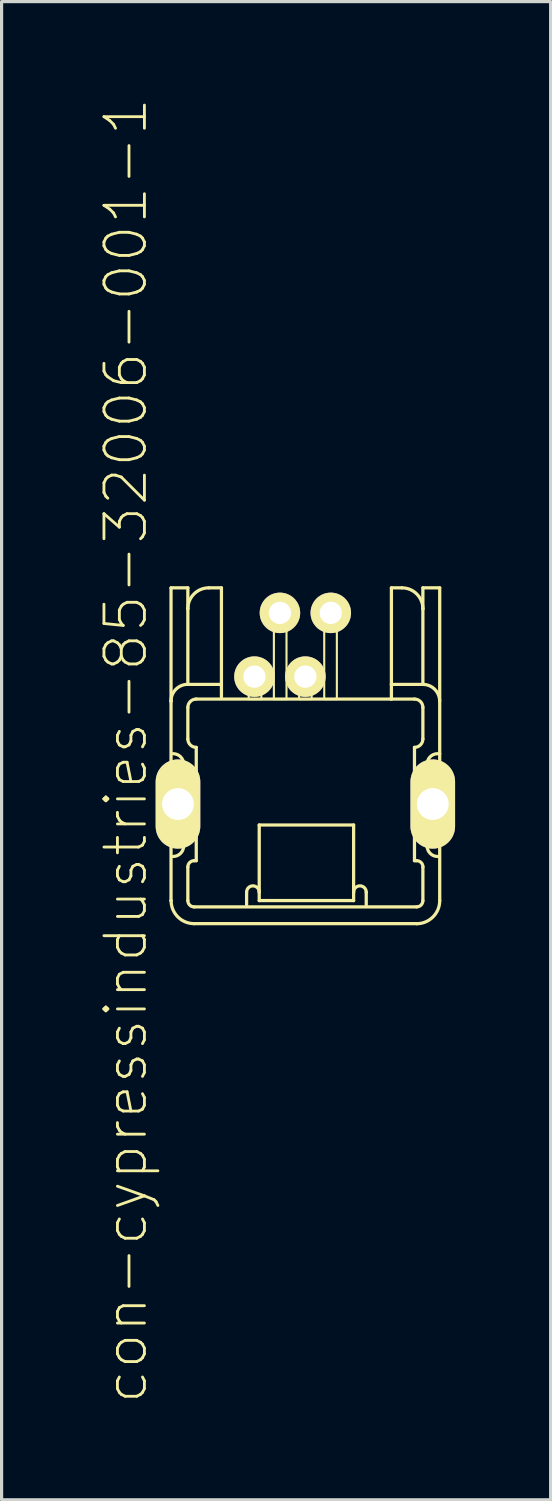
<source format=kicad_pcb>
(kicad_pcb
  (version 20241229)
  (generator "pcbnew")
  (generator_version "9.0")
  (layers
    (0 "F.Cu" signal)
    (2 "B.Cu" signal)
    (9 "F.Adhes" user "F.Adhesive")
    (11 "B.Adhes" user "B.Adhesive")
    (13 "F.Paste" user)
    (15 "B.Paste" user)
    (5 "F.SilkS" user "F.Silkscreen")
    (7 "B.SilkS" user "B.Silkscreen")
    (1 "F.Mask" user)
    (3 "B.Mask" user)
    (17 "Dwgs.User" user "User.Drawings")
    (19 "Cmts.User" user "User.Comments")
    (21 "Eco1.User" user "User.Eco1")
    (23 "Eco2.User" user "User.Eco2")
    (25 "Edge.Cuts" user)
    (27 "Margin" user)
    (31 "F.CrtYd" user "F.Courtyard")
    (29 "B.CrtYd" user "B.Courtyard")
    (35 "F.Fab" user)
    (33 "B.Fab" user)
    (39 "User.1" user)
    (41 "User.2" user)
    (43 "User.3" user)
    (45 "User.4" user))
  (footprint "con-cypressindustries-85-32006-001-1"
    (layer "F.Cu")
    (at 6.533 22.182)
    (property "Reference" "con-cypressindustries-85-32006-001-1" (at -5.634 -1.674 90) (layer "F.SilkS") (effects (font (size 1.27 1.27) (thickness 0.089))))
    (attr exclude_from_pos_files exclude_from_bom)
    (fp_line (start -4.498 0.749) (end -4.498 -0.749) (stroke (width 0.003) (type solid)) (layer "F.SilkS"))
    (fp_line (start -4.216 -6.784) (end -4.216 -3.228) (stroke (width 0.102) (type solid)) (layer "F.SilkS"))
    (fp_line (start -4.216 -6.784) (end -3.688 -6.784) (stroke (width 0.102) (type solid)) (layer "F.SilkS"))
    (fp_line (start -4.216 -3.228) (end -4.216 -3.228) (stroke (width 0.102) (type solid)) (layer "F.SilkS"))
    (fp_line (start -4.216 -3.228) (end -4.216 3.03) (stroke (width 0.102) (type solid)) (layer "F.SilkS"))
    (fp_line (start -4.216 3.03) (end -4.216 3.03) (stroke (width 0.102) (type solid)) (layer "F.SilkS"))
    (fp_line (start -3.82 -1.25) (end -3.82 1.316) (stroke (width 0.102) (type solid)) (layer "F.SilkS"))
    (fp_line (start -3.688 -6.784) (end -3.688 -6.126) (stroke (width 0.102) (type solid)) (layer "F.SilkS"))
    (fp_line (start -3.688 -6.126) (end -3.688 -3.754) (stroke (width 0.102) (type solid)) (layer "F.SilkS"))
    (fp_line (start -3.688 -3.754) (end -2.634 -3.754) (stroke (width 0.102) (type solid)) (layer "F.SilkS"))
    (fp_line (start -3.688 -3.03) (end -3.688 -2.042) (stroke (width 0.102) (type solid)) (layer "F.SilkS"))
    (fp_line (start -3.688 1.976) (end -3.688 3.03) (stroke (width 0.102) (type solid)) (layer "F.SilkS"))
    (fp_line (start -3.498 -0.749) (end -3.498 0.749) (stroke (width 0.003) (type solid)) (layer "F.SilkS"))
    (fp_line (start -3.49 3.228) (end 3.49 3.228) (stroke (width 0.102) (type solid)) (layer "F.SilkS"))
    (fp_line (start -3.49 3.754) (end 3.49 3.754) (stroke (width 0.102) (type solid)) (layer "F.SilkS"))
    (fp_line (start -3.424 -1.778) (end -3.424 1.778) (stroke (width 0.102) (type solid)) (layer "F.SilkS"))
    (fp_line (start -3.424 1.778) (end -3.49 1.778) (stroke (width 0.102) (type solid)) (layer "F.SilkS"))
    (fp_line (start -2.634 -6.784) (end -3.03 -6.784) (stroke (width 0.102) (type solid)) (layer "F.SilkS"))
    (fp_line (start -2.634 -3.754) (end -2.634 -6.784) (stroke (width 0.102) (type solid)) (layer "F.SilkS"))
    (fp_line (start -2.634 -3.754) (end -2.634 -3.358) (stroke (width 0.102) (type solid)) (layer "F.SilkS"))
    (fp_line (start -1.844 3.162) (end -1.844 2.766) (stroke (width 0.102) (type solid)) (layer "F.SilkS"))
    (fp_line (start -1.778 -4.282) (end -1.382 -4.282) (stroke (width 0.066) (type solid)) (layer "F.SilkS"))
    (fp_line (start -1.778 -3.294) (end -1.778 -4.282) (stroke (width 0.066) (type solid)) (layer "F.SilkS"))
    (fp_line (start -1.778 -3.294) (end -1.382 -3.294) (stroke (width 0.066) (type solid)) (layer "F.SilkS"))
    (fp_line (start -1.448 0.658) (end 1.514 0.658) (stroke (width 0.102) (type solid)) (layer "F.SilkS"))
    (fp_line (start -1.448 2.766) (end -1.448 0.658) (stroke (width 0.102) (type solid)) (layer "F.SilkS"))
    (fp_line (start -1.448 3.03) (end -1.448 2.766) (stroke (width 0.102) (type solid)) (layer "F.SilkS"))
    (fp_line (start -1.382 -3.294) (end -1.382 -4.282) (stroke (width 0.066) (type solid)) (layer "F.SilkS"))
    (fp_line (start -0.988 -6.259) (end -0.592 -6.259) (stroke (width 0.066) (type solid)) (layer "F.SilkS"))
    (fp_line (start -0.988 -3.294) (end -0.988 -6.259) (stroke (width 0.066) (type solid)) (layer "F.SilkS"))
    (fp_line (start -0.988 -3.294) (end -0.592 -3.294) (stroke (width 0.066) (type solid)) (layer "F.SilkS"))
    (fp_line (start -0.592 -3.294) (end -0.592 -6.259) (stroke (width 0.066) (type solid)) (layer "F.SilkS"))
    (fp_line (start -0.196 -4.282) (end 0.196 -4.282) (stroke (width 0.066) (type solid)) (layer "F.SilkS"))
    (fp_line (start -0.196 -3.294) (end -0.196 -4.282) (stroke (width 0.066) (type solid)) (layer "F.SilkS"))
    (fp_line (start -0.196 -3.294) (end 0.196 -3.294) (stroke (width 0.066) (type solid)) (layer "F.SilkS"))
    (fp_line (start 0.196 -3.294) (end 0.196 -4.282) (stroke (width 0.066) (type solid)) (layer "F.SilkS"))
    (fp_line (start 0.592 -6.259) (end 0.988 -6.259) (stroke (width 0.066) (type solid)) (layer "F.SilkS"))
    (fp_line (start 0.592 -3.294) (end 0.592 -6.259) (stroke (width 0.066) (type solid)) (layer "F.SilkS"))
    (fp_line (start 0.592 -3.294) (end 0.988 -3.294) (stroke (width 0.066) (type solid)) (layer "F.SilkS"))
    (fp_line (start 0.988 -3.294) (end 0.988 -6.259) (stroke (width 0.066) (type solid)) (layer "F.SilkS"))
    (fp_line (start 1.514 0.658) (end 1.514 2.766) (stroke (width 0.102) (type solid)) (layer "F.SilkS"))
    (fp_line (start 1.514 2.766) (end 1.514 3.03) (stroke (width 0.102) (type solid)) (layer "F.SilkS"))
    (fp_line (start 1.514 3.03) (end -1.448 3.03) (stroke (width 0.102) (type solid)) (layer "F.SilkS"))
    (fp_line (start 1.91 3.162) (end 1.91 2.766) (stroke (width 0.102) (type solid)) (layer "F.SilkS"))
    (fp_line (start 2.7 -6.784) (end 2.7 -3.754) (stroke (width 0.102) (type solid)) (layer "F.SilkS"))
    (fp_line (start 2.7 -6.784) (end 3.03 -6.784) (stroke (width 0.102) (type solid)) (layer "F.SilkS"))
    (fp_line (start 2.7 -3.754) (end 2.7 -3.294) (stroke (width 0.102) (type solid)) (layer "F.SilkS"))
    (fp_line (start 2.7 -3.754) (end 3.688 -3.754) (stroke (width 0.102) (type solid)) (layer "F.SilkS"))
    (fp_line (start 2.7 -3.294) (end -3.424 -3.294) (stroke (width 0.102) (type solid)) (layer "F.SilkS"))
    (fp_line (start 2.7 -3.294) (end 3.424 -3.294) (stroke (width 0.102) (type solid)) (layer "F.SilkS"))
    (fp_line (start 3.424 1.778) (end 3.424 -1.778) (stroke (width 0.102) (type solid)) (layer "F.SilkS"))
    (fp_line (start 3.49 1.778) (end 3.424 1.778) (stroke (width 0.102) (type solid)) (layer "F.SilkS"))
    (fp_line (start 3.498 0.749) (end 3.498 -0.749) (stroke (width 0.003) (type solid)) (layer "F.SilkS"))
    (fp_line (start 3.688 -6.784) (end 3.688 -6.126) (stroke (width 0.102) (type solid)) (layer "F.SilkS"))
    (fp_line (start 3.688 -6.126) (end 3.688 -3.754) (stroke (width 0.102) (type solid)) (layer "F.SilkS"))
    (fp_line (start 3.688 -3.03) (end 3.688 -2.042) (stroke (width 0.102) (type solid)) (layer "F.SilkS"))
    (fp_line (start 3.688 1.976) (end 3.688 3.03) (stroke (width 0.102) (type solid)) (layer "F.SilkS"))
    (fp_line (start 3.82 1.316) (end 3.82 -1.25) (stroke (width 0.102) (type solid)) (layer "F.SilkS"))
    (fp_line (start 4.216 -6.784) (end 3.688 -6.784) (stroke (width 0.102) (type solid)) (layer "F.SilkS"))
    (fp_line (start 4.216 -1.58) (end 4.216 -6.784) (stroke (width 0.102) (type solid)) (layer "F.SilkS"))
    (fp_line (start 4.216 3.03) (end 4.216 -1.58) (stroke (width 0.102) (type solid)) (layer "F.SilkS"))
    (fp_line (start 4.498 -0.749) (end 4.498 0.749) (stroke (width 0.003) (type solid)) (layer "F.SilkS"))
    (fp_arc (start -4.49834 -0.7493) (mid -4.351782 -1.103122) (end -3.99796 -1.24968) (stroke (width 0.00254) (type solid)) (layer "F.SilkS"))
    (fp_arc (start -4.2164 -3.22834) (mid -4.061984 -3.601593) (end -3.689002 -3.756659) (stroke (width 0.1016) (type solid)) (layer "F.SilkS"))
    (fp_arc (start -4.15036 -1.57988) (mid -3.916873 -1.483167) (end -3.82016 -1.24968) (stroke (width 0.1016) (type solid)) (layer "F.SilkS"))
    (fp_arc (start -3.99796 -1.24968) (mid -3.644138 -1.103122) (end -3.49758 -0.7493) (stroke (width 0.00254) (type solid)) (layer "F.SilkS"))
    (fp_arc (start -3.99796 1.24968) (mid -4.351782 1.103122) (end -4.49834 0.7493) (stroke (width 0.00254) (type solid)) (layer "F.SilkS"))
    (fp_arc (start -3.82016 1.31572) (mid -3.916873 1.549207) (end -4.15036 1.64592) (stroke (width 0.1016) (type solid)) (layer "F.SilkS"))
    (fp_arc (start -3.68808 -6.12648) (mid -3.495803 -6.591251) (end -3.031368 -6.784339) (stroke (width 0.1016) (type solid)) (layer "F.SilkS"))
    (fp_arc (start -3.68808 -3.03022) (mid -3.610709 -3.217009) (end -3.42392 -3.29438) (stroke (width 0.1016) (type solid)) (layer "F.SilkS"))
    (fp_arc (start -3.68808 1.97612) (mid -3.630052 1.836028) (end -3.48996 1.778) (stroke (width 0.1016) (type solid)) (layer "F.SilkS"))
    (fp_arc (start -3.49758 0.7493) (mid -3.644138 1.103122) (end -3.99796 1.24968) (stroke (width 0.00254) (type solid)) (layer "F.SilkS"))
    (fp_arc (start -3.48996 3.22834) (mid -3.62993 3.170434) (end -3.68808 3.030566) (stroke (width 0.1016) (type solid)) (layer "F.SilkS"))
    (fp_arc (start -3.48996 3.75412) (mid -4.001835 3.542095) (end -4.21386 3.03022) (stroke (width 0.1016) (type solid)) (layer "F.SilkS"))
    (fp_arc (start -3.42392 -1.778) (mid -3.610709 -1.855371) (end -3.68808 -2.04216) (stroke (width 0.1016) (type solid)) (layer "F.SilkS"))
    (fp_arc (start -1.84404 2.76606) (mid -1.64592 2.56794) (end -1.4478 2.76606) (stroke (width 0.1016) (type solid)) (layer "F.SilkS"))
    (fp_arc (start 1.51384 2.76606) (mid 1.71196 2.56794) (end 1.91008 2.76606) (stroke (width 0.1016) (type solid)) (layer "F.SilkS"))
    (fp_arc (start 3.03022 -6.78434) (mid 3.495397 -6.591657) (end 3.68808 -6.12648) (stroke (width 0.1016) (type solid)) (layer "F.SilkS"))
    (fp_arc (start 3.42392 -3.29438) (mid 3.610709 -3.217009) (end 3.68808 -3.03022) (stroke (width 0.1016) (type solid)) (layer "F.SilkS"))
    (fp_arc (start 3.48996 1.778) (mid 3.63092 1.834353) (end 3.690624 1.973926) (stroke (width 0.1016) (type solid)) (layer "F.SilkS"))
    (fp_arc (start 3.49758 -0.7493) (mid 3.644138 -1.103122) (end 3.99796 -1.24968) (stroke (width 0.00254) (type solid)) (layer "F.SilkS"))
    (fp_arc (start 3.68808 -3.75412) (mid 4.059863 -3.600123) (end 4.21386 -3.22834) (stroke (width 0.1016) (type solid)) (layer "F.SilkS"))
    (fp_arc (start 3.68808 -2.04216) (mid 3.610709 -1.855371) (end 3.42392 -1.778) (stroke (width 0.1016) (type solid)) (layer "F.SilkS"))
    (fp_arc (start 3.68808 3.03022) (mid 3.630052 3.170312) (end 3.48996 3.22834) (stroke (width 0.1016) (type solid)) (layer "F.SilkS"))
    (fp_arc (start 3.82016 -1.24968) (mid 3.916873 -1.483167) (end 4.15036 -1.57988) (stroke (width 0.1016) (type solid)) (layer "F.SilkS"))
    (fp_arc (start 3.99796 -1.24968) (mid 4.351782 -1.103122) (end 4.49834 -0.7493) (stroke (width 0.00254) (type solid)) (layer "F.SilkS"))
    (fp_arc (start 3.99796 1.24968) (mid 3.644138 1.103122) (end 3.49758 0.7493) (stroke (width 0.00254) (type solid)) (layer "F.SilkS"))
    (fp_arc (start 4.15036 1.64592) (mid 3.916873 1.549207) (end 3.82016 1.31572) (stroke (width 0.1016) (type solid)) (layer "F.SilkS"))
    (fp_arc (start 4.2164 3.03022) (mid 4.003631 3.543891) (end 3.48996 3.75666) (stroke (width 0.1016) (type solid)) (layer "F.SilkS"))
    (fp_arc (start 4.49834 0.7493) (mid 4.351782 1.103122) (end 3.99796 1.24968) (stroke (width 0.00254) (type solid)) (layer "F.SilkS"))
    (pad "1" thru_hole circle (at -1.598 -3.998) (size 1.27 1.27) (drill 0.699) (layers "*.Cu" "F.Mask" "F.SilkS" "F.Paste"))
    (pad "2" thru_hole circle (at -0.798 -5.999) (size 1.27 1.27) (drill 0.699) (layers "*.Cu" "F.Mask" "F.SilkS" "F.Paste"))
    (pad "3" thru_hole circle (at 0 -3.998) (size 1.27 1.27) (drill 0.699) (layers "*.Cu" "F.Mask" "F.SilkS" "F.Paste"))
    (pad "4" thru_hole circle (at 0.798 -5.999) (size 1.27 1.27) (drill 0.699) (layers "*.Cu" "F.Mask" "F.SilkS" "F.Paste"))
    (pad "M1" thru_hole oval (at -3.998 0) (size 1.4 2.799) (drill 0.998) (layers "*.Cu" "F.Mask" "F.SilkS" "F.Paste"))
    (pad "M2" thru_hole oval (at 3.998 0) (size 1.4 2.799) (drill 0.998) (layers "*.Cu" "F.Mask" "F.SilkS" "F.Paste")))
  (gr_rect
    (start -3 -3)
    (end 14.23 44.016)
    (stroke (width 0.1) (type default))
    (fill no)
    (layer "Edge.Cuts")))
</source>
